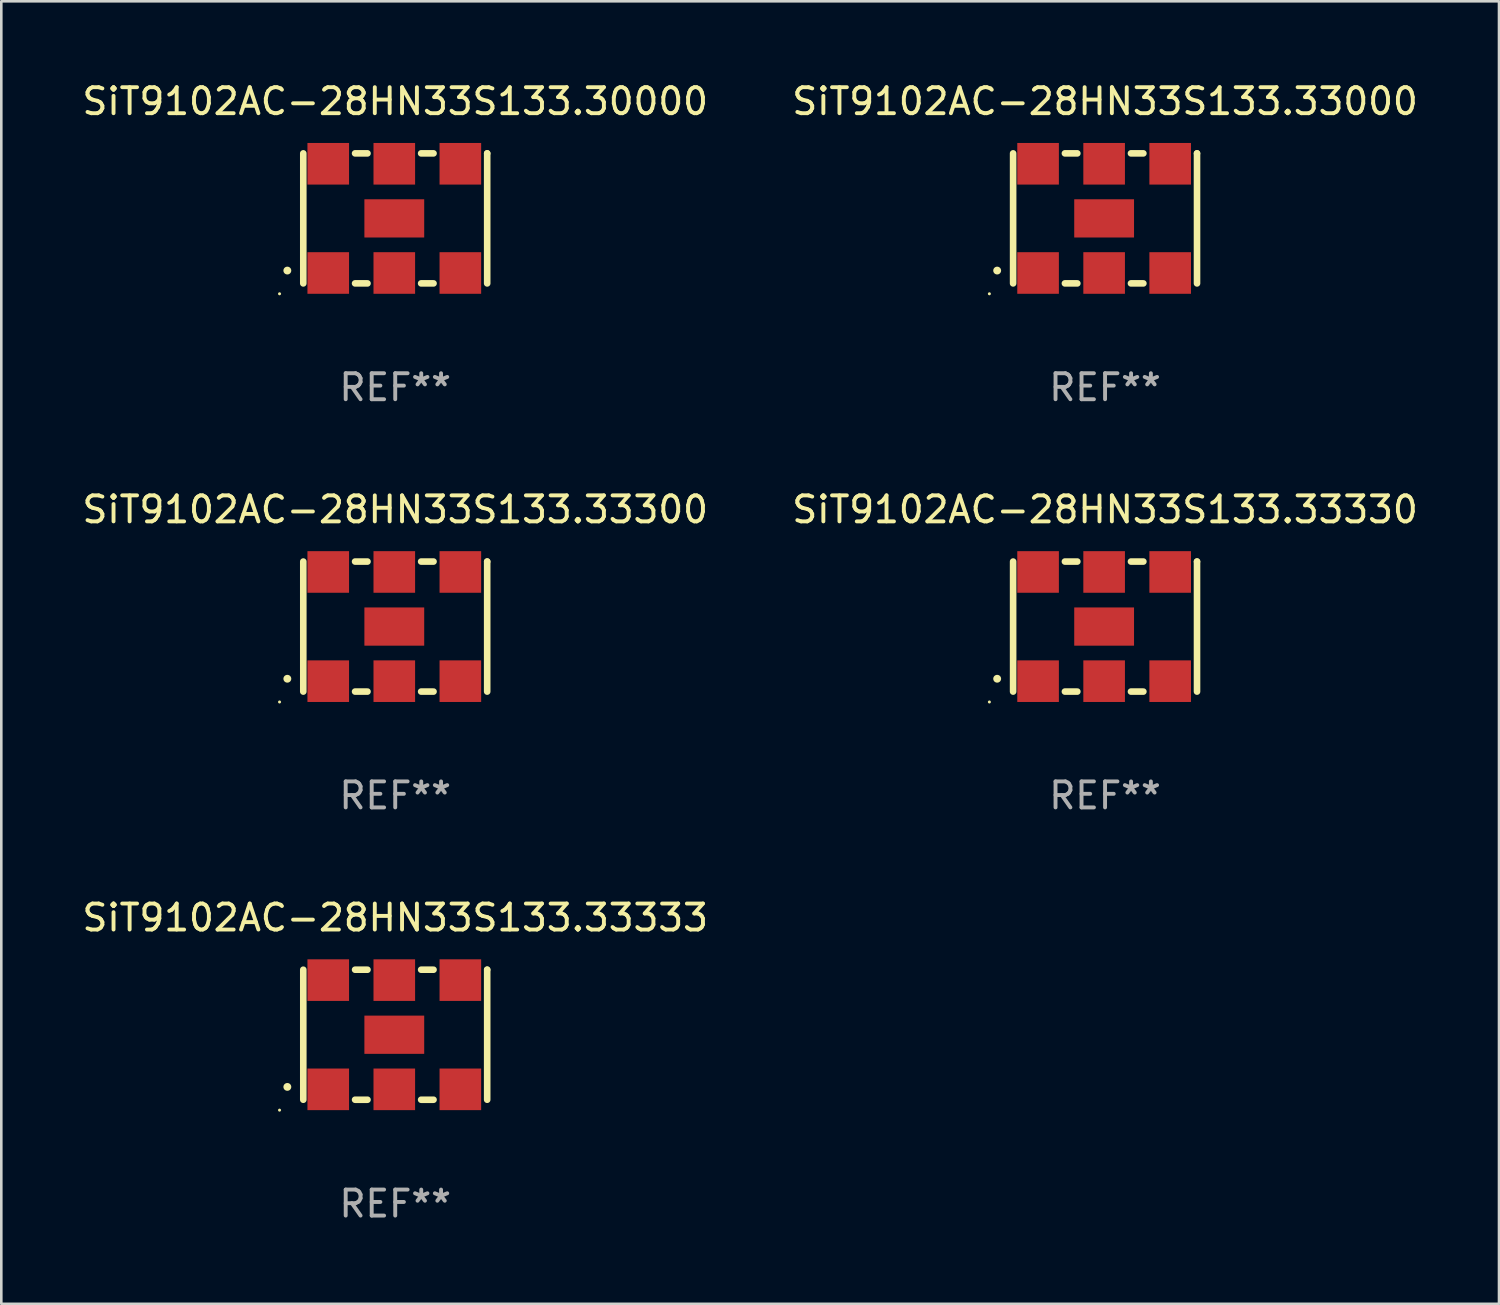
<source format=kicad_pcb>
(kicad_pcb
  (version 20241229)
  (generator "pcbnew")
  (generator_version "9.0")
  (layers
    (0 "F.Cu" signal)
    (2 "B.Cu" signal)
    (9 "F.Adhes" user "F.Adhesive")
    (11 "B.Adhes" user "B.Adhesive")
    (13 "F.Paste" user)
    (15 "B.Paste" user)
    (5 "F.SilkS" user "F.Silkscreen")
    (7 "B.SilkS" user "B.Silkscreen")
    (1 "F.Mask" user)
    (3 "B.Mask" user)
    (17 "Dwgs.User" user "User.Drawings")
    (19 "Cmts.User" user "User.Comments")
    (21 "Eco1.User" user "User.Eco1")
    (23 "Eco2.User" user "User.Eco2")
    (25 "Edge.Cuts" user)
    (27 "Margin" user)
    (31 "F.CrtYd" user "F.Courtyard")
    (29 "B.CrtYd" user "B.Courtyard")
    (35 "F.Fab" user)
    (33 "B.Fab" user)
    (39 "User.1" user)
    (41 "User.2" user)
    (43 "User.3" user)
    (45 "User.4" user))
  (footprint "SiT9102AC-28HN33S133.33333"
    (layer "F.Cu")
    (at 12.149 36.741)
    (property "Reference" "SiT9102AC-28HN33S133.33333" (at 0 -4.5 0) (layer "F.SilkS") (effects (font (size 1 1) (thickness 0.15))))
    (attr through_hole)
    (fp_line (start -3.536 -2.5) (end -3.536 2.5) (stroke (width 0.254) (type solid)) (layer "F.SilkS"))
    (fp_line (start -1.544 2.5) (end -1.067 2.5) (stroke (width 0.254) (type solid)) (layer "F.SilkS"))
    (fp_line (start -1.067 -2.5) (end -1.544 -2.5) (stroke (width 0.254) (type solid)) (layer "F.SilkS"))
    (fp_line (start 0.996 2.5) (end 1.473 2.5) (stroke (width 0.254) (type solid)) (layer "F.SilkS"))
    (fp_line (start 1.473 -2.5) (end 0.996 -2.5) (stroke (width 0.254) (type solid)) (layer "F.SilkS"))
    (fp_line (start 3.536 -2.5) (end 3.536 -2.5) (stroke (width 0.254) (type solid)) (layer "F.SilkS"))
    (fp_line (start 3.536 2.5) (end 3.536 -2.5) (stroke (width 0.254) (type solid)) (layer "F.SilkS"))
    (fp_arc (start -4.150432 2.006604) (mid -4.149162 2.006599) (end -4.147892 2.006604) (stroke (width 0.3) (type solid)) (layer "F.SilkS"))
    (fp_circle (center -4.449 2.9) (end -4.419 2.9) (stroke (width 0.06) (type solid)) (fill no) (layer "F.SilkS"))
    (fp_text user "REF**" (at 0 6.5 0) (layer "F.Fab") (effects (font (size 1 1) (thickness 0.15))))
    (pad "1" smd rect (at -2.576 2.1) (size 1.6 1.6) (layers "F.Cu" "F.Mask" "F.Paste"))
    (pad "2" smd rect (at -0.036 2.1) (size 1.6 1.6) (layers "F.Cu" "F.Mask" "F.Paste"))
    (pad "3" smd rect (at 2.504 2.1) (size 1.6 1.6) (layers "F.Cu" "F.Mask" "F.Paste"))
    (pad "4" smd rect (at 2.504 -2.1) (size 1.6 1.6) (layers "F.Cu" "F.Mask" "F.Paste"))
    (pad "5" smd rect (at -0.036 -2.1) (size 1.6 1.6) (layers "F.Cu" "F.Mask" "F.Paste"))
    (pad "6" smd rect (at -2.576 -2.1) (size 1.6 1.6) (layers "F.Cu" "F.Mask" "F.Paste"))
    (pad "7" smd rect (at -0.036 0) (size 2.3 1.47) (layers "F.Cu" "F.Mask" "F.Paste")))
  (footprint "SiT9102AC-28HN33S133.33330"
    (layer "F.Cu")
    (at 39.446 21.045)
    (property "Reference" "SiT9102AC-28HN33S133.33330" (at 0 -4.5 0) (layer "F.SilkS") (effects (font (size 1 1) (thickness 0.15))))
    (attr through_hole)
    (fp_line (start -3.536 -2.5) (end -3.536 2.5) (stroke (width 0.254) (type solid)) (layer "F.SilkS"))
    (fp_line (start -1.544 2.5) (end -1.067 2.5) (stroke (width 0.254) (type solid)) (layer "F.SilkS"))
    (fp_line (start -1.067 -2.5) (end -1.544 -2.5) (stroke (width 0.254) (type solid)) (layer "F.SilkS"))
    (fp_line (start 0.996 2.5) (end 1.473 2.5) (stroke (width 0.254) (type solid)) (layer "F.SilkS"))
    (fp_line (start 1.473 -2.5) (end 0.996 -2.5) (stroke (width 0.254) (type solid)) (layer "F.SilkS"))
    (fp_line (start 3.536 -2.5) (end 3.536 -2.5) (stroke (width 0.254) (type solid)) (layer "F.SilkS"))
    (fp_line (start 3.536 2.5) (end 3.536 -2.5) (stroke (width 0.254) (type solid)) (layer "F.SilkS"))
    (fp_arc (start -4.150432 2.006604) (mid -4.149162 2.006599) (end -4.147892 2.006604) (stroke (width 0.3) (type solid)) (layer "F.SilkS"))
    (fp_circle (center -4.449 2.9) (end -4.419 2.9) (stroke (width 0.06) (type solid)) (fill no) (layer "F.SilkS"))
    (fp_text user "REF**" (at 0 6.5 0) (layer "F.Fab") (effects (font (size 1 1) (thickness 0.15))))
    (pad "1" smd rect (at -2.576 2.1) (size 1.6 1.6) (layers "F.Cu" "F.Mask" "F.Paste"))
    (pad "2" smd rect (at -0.036 2.1) (size 1.6 1.6) (layers "F.Cu" "F.Mask" "F.Paste"))
    (pad "3" smd rect (at 2.504 2.1) (size 1.6 1.6) (layers "F.Cu" "F.Mask" "F.Paste"))
    (pad "4" smd rect (at 2.504 -2.1) (size 1.6 1.6) (layers "F.Cu" "F.Mask" "F.Paste"))
    (pad "5" smd rect (at -0.036 -2.1) (size 1.6 1.6) (layers "F.Cu" "F.Mask" "F.Paste"))
    (pad "6" smd rect (at -2.576 -2.1) (size 1.6 1.6) (layers "F.Cu" "F.Mask" "F.Paste"))
    (pad "7" smd rect (at -0.036 0) (size 2.3 1.47) (layers "F.Cu" "F.Mask" "F.Paste")))
  (footprint "SiT9102AC-28HN33S133.33000"
    (layer "F.Cu")
    (at 39.446 5.348)
    (property "Reference" "SiT9102AC-28HN33S133.33000" (at 0 -4.5 0) (layer "F.SilkS") (effects (font (size 1 1) (thickness 0.15))))
    (attr through_hole)
    (fp_line (start -3.536 -2.5) (end -3.536 2.5) (stroke (width 0.254) (type solid)) (layer "F.SilkS"))
    (fp_line (start -1.544 2.5) (end -1.067 2.5) (stroke (width 0.254) (type solid)) (layer "F.SilkS"))
    (fp_line (start -1.067 -2.5) (end -1.544 -2.5) (stroke (width 0.254) (type solid)) (layer "F.SilkS"))
    (fp_line (start 0.996 2.5) (end 1.473 2.5) (stroke (width 0.254) (type solid)) (layer "F.SilkS"))
    (fp_line (start 1.473 -2.5) (end 0.996 -2.5) (stroke (width 0.254) (type solid)) (layer "F.SilkS"))
    (fp_line (start 3.536 -2.5) (end 3.536 -2.5) (stroke (width 0.254) (type solid)) (layer "F.SilkS"))
    (fp_line (start 3.536 2.5) (end 3.536 -2.5) (stroke (width 0.254) (type solid)) (layer "F.SilkS"))
    (fp_arc (start -4.150432 2.006604) (mid -4.149162 2.006599) (end -4.147892 2.006604) (stroke (width 0.3) (type solid)) (layer "F.SilkS"))
    (fp_circle (center -4.449 2.9) (end -4.419 2.9) (stroke (width 0.06) (type solid)) (fill no) (layer "F.SilkS"))
    (fp_text user "REF**" (at 0 6.5 0) (layer "F.Fab") (effects (font (size 1 1) (thickness 0.15))))
    (pad "1" smd rect (at -2.576 2.1) (size 1.6 1.6) (layers "F.Cu" "F.Mask" "F.Paste"))
    (pad "2" smd rect (at -0.036 2.1) (size 1.6 1.6) (layers "F.Cu" "F.Mask" "F.Paste"))
    (pad "3" smd rect (at 2.504 2.1) (size 1.6 1.6) (layers "F.Cu" "F.Mask" "F.Paste"))
    (pad "4" smd rect (at 2.504 -2.1) (size 1.6 1.6) (layers "F.Cu" "F.Mask" "F.Paste"))
    (pad "5" smd rect (at -0.036 -2.1) (size 1.6 1.6) (layers "F.Cu" "F.Mask" "F.Paste"))
    (pad "6" smd rect (at -2.576 -2.1) (size 1.6 1.6) (layers "F.Cu" "F.Mask" "F.Paste"))
    (pad "7" smd rect (at -0.036 0) (size 2.3 1.47) (layers "F.Cu" "F.Mask" "F.Paste")))
  (footprint "SiT9102AC-28HN33S133.33300"
    (layer "F.Cu")
    (at 12.149 21.045)
    (property "Reference" "SiT9102AC-28HN33S133.33300" (at 0 -4.5 0) (layer "F.SilkS") (effects (font (size 1 1) (thickness 0.15))))
    (attr through_hole)
    (fp_line (start -3.536 -2.5) (end -3.536 2.5) (stroke (width 0.254) (type solid)) (layer "F.SilkS"))
    (fp_line (start -1.544 2.5) (end -1.067 2.5) (stroke (width 0.254) (type solid)) (layer "F.SilkS"))
    (fp_line (start -1.067 -2.5) (end -1.544 -2.5) (stroke (width 0.254) (type solid)) (layer "F.SilkS"))
    (fp_line (start 0.996 2.5) (end 1.473 2.5) (stroke (width 0.254) (type solid)) (layer "F.SilkS"))
    (fp_line (start 1.473 -2.5) (end 0.996 -2.5) (stroke (width 0.254) (type solid)) (layer "F.SilkS"))
    (fp_line (start 3.536 -2.5) (end 3.536 -2.5) (stroke (width 0.254) (type solid)) (layer "F.SilkS"))
    (fp_line (start 3.536 2.5) (end 3.536 -2.5) (stroke (width 0.254) (type solid)) (layer "F.SilkS"))
    (fp_arc (start -4.150432 2.006604) (mid -4.149162 2.006599) (end -4.147892 2.006604) (stroke (width 0.3) (type solid)) (layer "F.SilkS"))
    (fp_circle (center -4.449 2.9) (end -4.419 2.9) (stroke (width 0.06) (type solid)) (fill no) (layer "F.SilkS"))
    (fp_text user "REF**" (at 0 6.5 0) (layer "F.Fab") (effects (font (size 1 1) (thickness 0.15))))
    (pad "1" smd rect (at -2.576 2.1) (size 1.6 1.6) (layers "F.Cu" "F.Mask" "F.Paste"))
    (pad "2" smd rect (at -0.036 2.1) (size 1.6 1.6) (layers "F.Cu" "F.Mask" "F.Paste"))
    (pad "3" smd rect (at 2.504 2.1) (size 1.6 1.6) (layers "F.Cu" "F.Mask" "F.Paste"))
    (pad "4" smd rect (at 2.504 -2.1) (size 1.6 1.6) (layers "F.Cu" "F.Mask" "F.Paste"))
    (pad "5" smd rect (at -0.036 -2.1) (size 1.6 1.6) (layers "F.Cu" "F.Mask" "F.Paste"))
    (pad "6" smd rect (at -2.576 -2.1) (size 1.6 1.6) (layers "F.Cu" "F.Mask" "F.Paste"))
    (pad "7" smd rect (at -0.036 0) (size 2.3 1.47) (layers "F.Cu" "F.Mask" "F.Paste")))
  (footprint "SiT9102AC-28HN33S133.30000"
    (layer "F.Cu")
    (at 12.149 5.348)
    (property "Reference" "SiT9102AC-28HN33S133.30000" (at 0 -4.5 0) (layer "F.SilkS") (effects (font (size 1 1) (thickness 0.15))))
    (attr through_hole)
    (fp_line (start -3.536 -2.5) (end -3.536 2.5) (stroke (width 0.254) (type solid)) (layer "F.SilkS"))
    (fp_line (start -1.544 2.5) (end -1.067 2.5) (stroke (width 0.254) (type solid)) (layer "F.SilkS"))
    (fp_line (start -1.067 -2.5) (end -1.544 -2.5) (stroke (width 0.254) (type solid)) (layer "F.SilkS"))
    (fp_line (start 0.996 2.5) (end 1.473 2.5) (stroke (width 0.254) (type solid)) (layer "F.SilkS"))
    (fp_line (start 1.473 -2.5) (end 0.996 -2.5) (stroke (width 0.254) (type solid)) (layer "F.SilkS"))
    (fp_line (start 3.536 -2.5) (end 3.536 -2.5) (stroke (width 0.254) (type solid)) (layer "F.SilkS"))
    (fp_line (start 3.536 2.5) (end 3.536 -2.5) (stroke (width 0.254) (type solid)) (layer "F.SilkS"))
    (fp_arc (start -4.150432 2.006604) (mid -4.149162 2.006599) (end -4.147892 2.006604) (stroke (width 0.3) (type solid)) (layer "F.SilkS"))
    (fp_circle (center -4.449 2.9) (end -4.419 2.9) (stroke (width 0.06) (type solid)) (fill no) (layer "F.SilkS"))
    (fp_text user "REF**" (at 0 6.5 0) (layer "F.Fab") (effects (font (size 1 1) (thickness 0.15))))
    (pad "1" smd rect (at -2.576 2.1) (size 1.6 1.6) (layers "F.Cu" "F.Mask" "F.Paste"))
    (pad "2" smd rect (at -0.036 2.1) (size 1.6 1.6) (layers "F.Cu" "F.Mask" "F.Paste"))
    (pad "3" smd rect (at 2.504 2.1) (size 1.6 1.6) (layers "F.Cu" "F.Mask" "F.Paste"))
    (pad "4" smd rect (at 2.504 -2.1) (size 1.6 1.6) (layers "F.Cu" "F.Mask" "F.Paste"))
    (pad "5" smd rect (at -0.036 -2.1) (size 1.6 1.6) (layers "F.Cu" "F.Mask" "F.Paste"))
    (pad "6" smd rect (at -2.576 -2.1) (size 1.6 1.6) (layers "F.Cu" "F.Mask" "F.Paste"))
    (pad "7" smd rect (at -0.036 0) (size 2.3 1.47) (layers "F.Cu" "F.Mask" "F.Paste")))
  (gr_rect
    (start -3 -3)
    (end 54.595 47.09)
    (stroke (width 0.1) (type default))
    (fill no)
    (layer "Edge.Cuts")))
</source>
